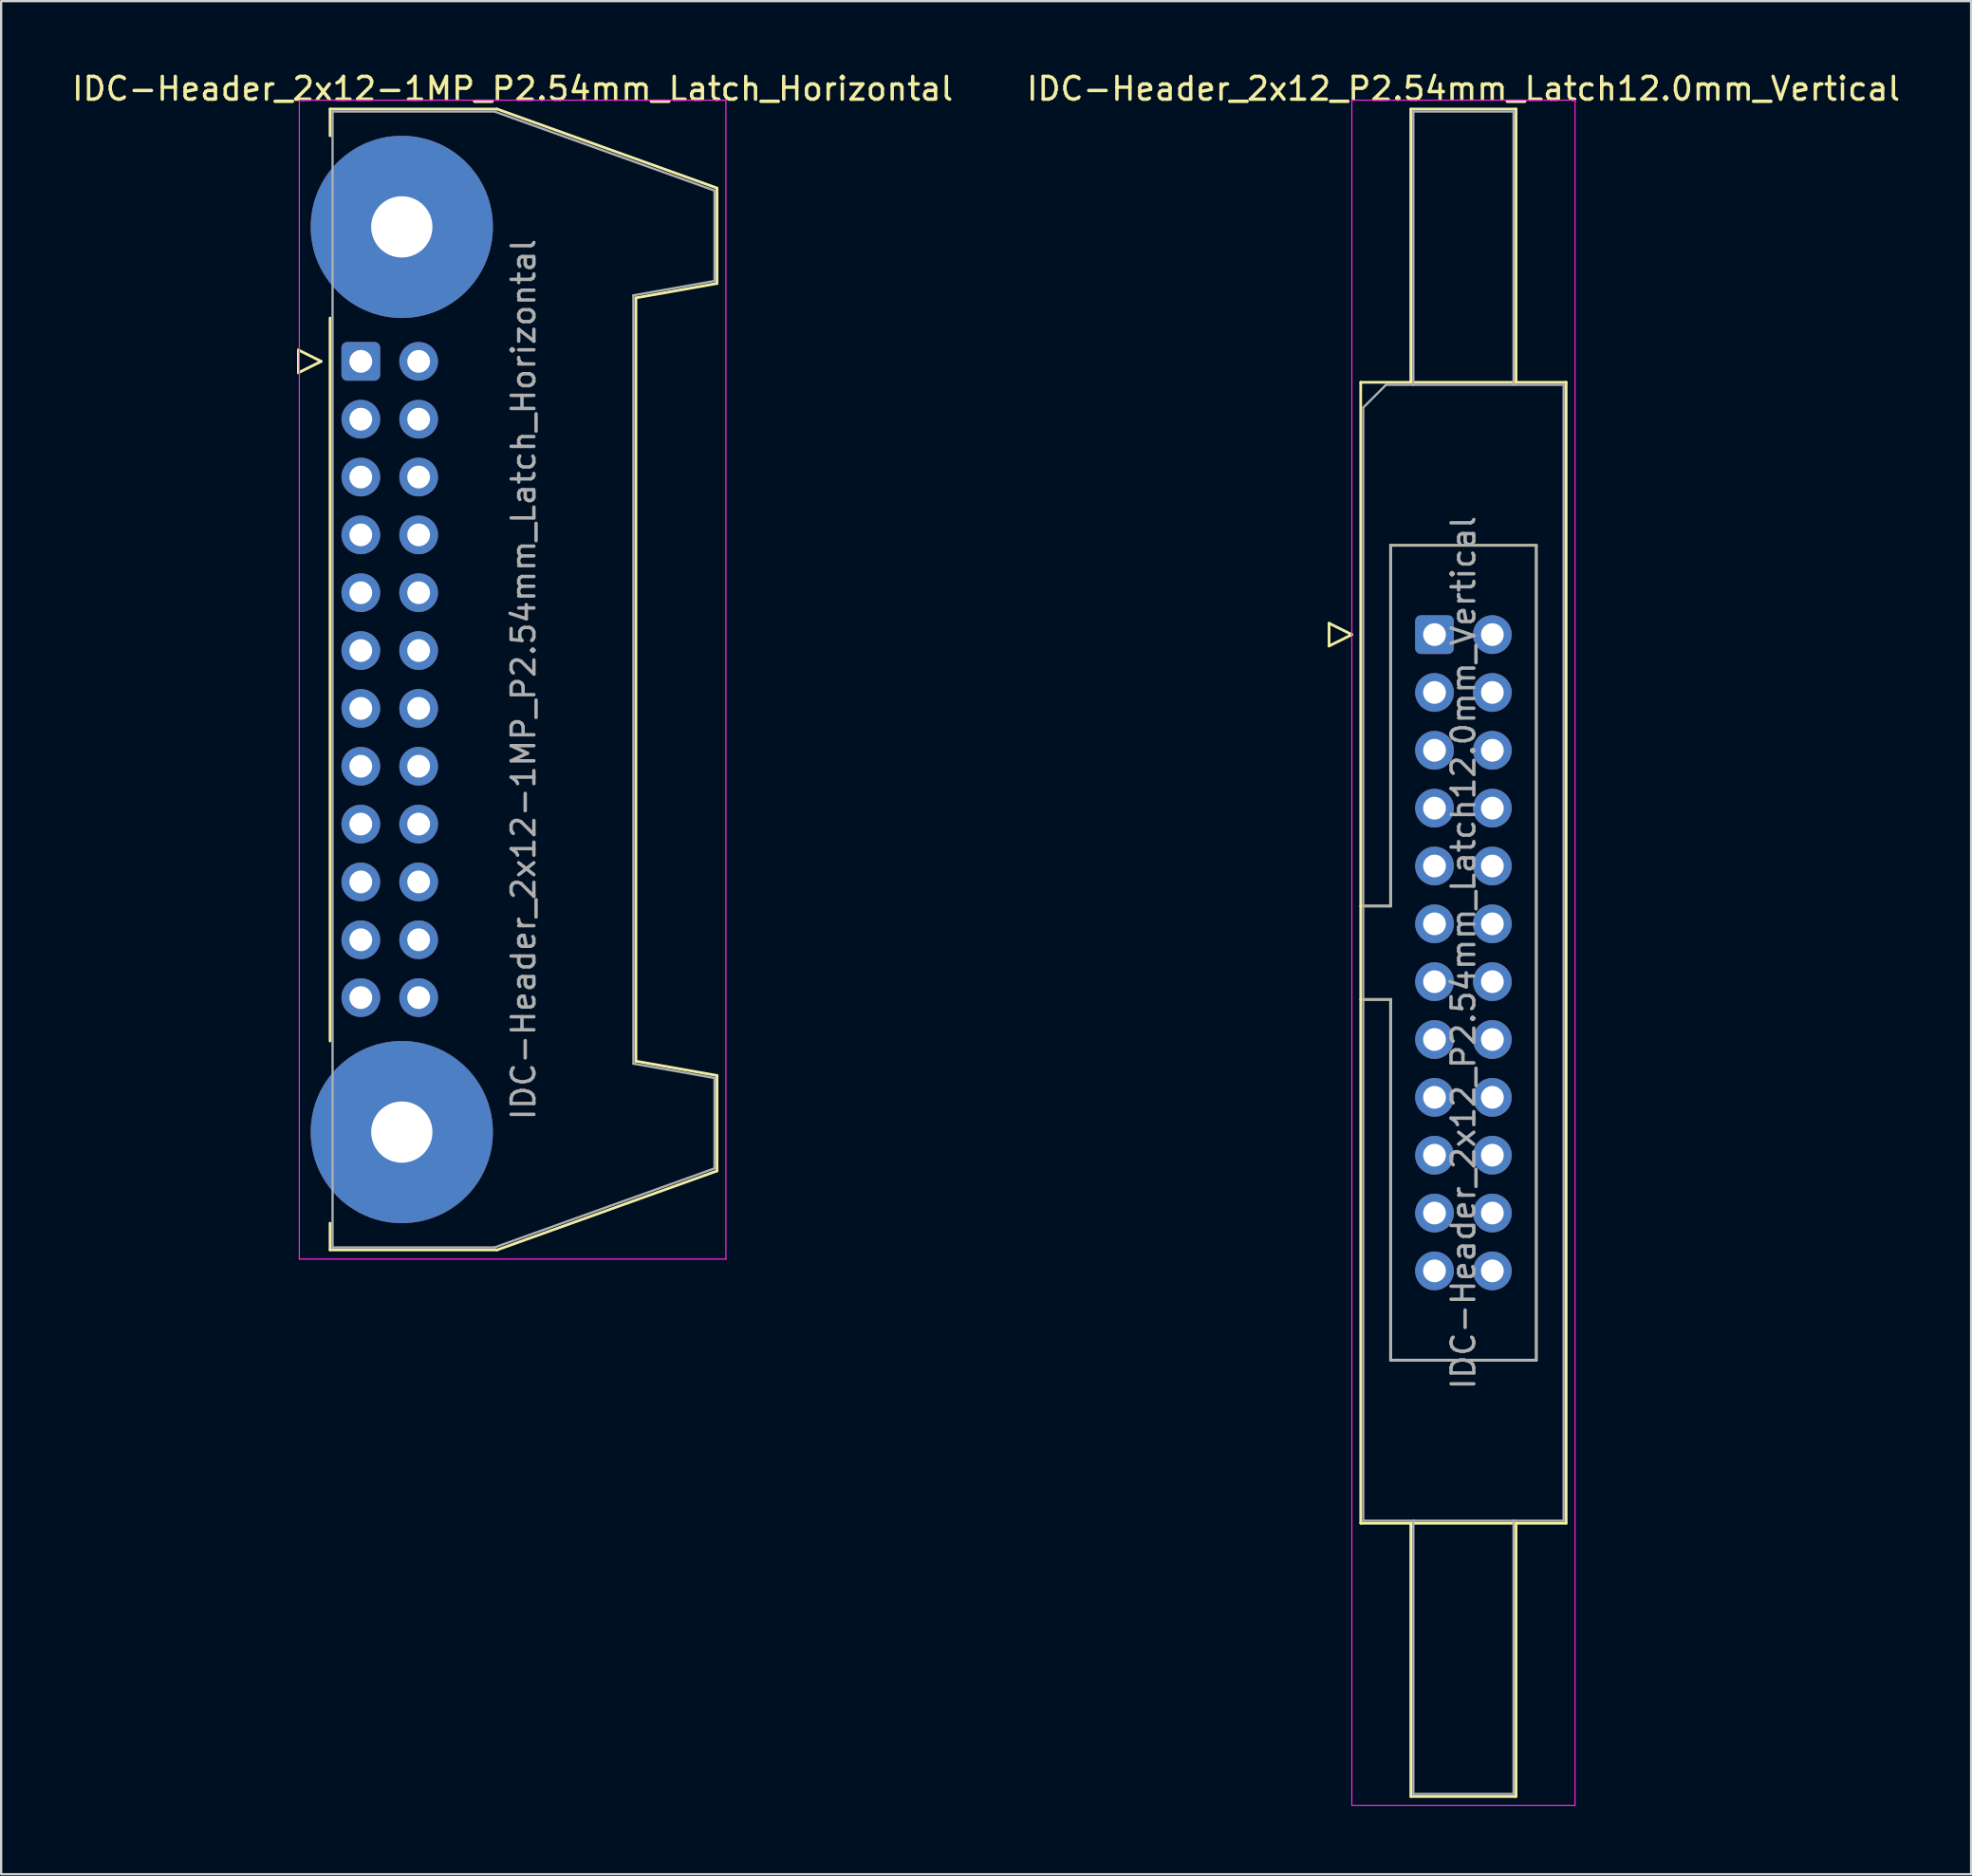
<source format=kicad_pcb>
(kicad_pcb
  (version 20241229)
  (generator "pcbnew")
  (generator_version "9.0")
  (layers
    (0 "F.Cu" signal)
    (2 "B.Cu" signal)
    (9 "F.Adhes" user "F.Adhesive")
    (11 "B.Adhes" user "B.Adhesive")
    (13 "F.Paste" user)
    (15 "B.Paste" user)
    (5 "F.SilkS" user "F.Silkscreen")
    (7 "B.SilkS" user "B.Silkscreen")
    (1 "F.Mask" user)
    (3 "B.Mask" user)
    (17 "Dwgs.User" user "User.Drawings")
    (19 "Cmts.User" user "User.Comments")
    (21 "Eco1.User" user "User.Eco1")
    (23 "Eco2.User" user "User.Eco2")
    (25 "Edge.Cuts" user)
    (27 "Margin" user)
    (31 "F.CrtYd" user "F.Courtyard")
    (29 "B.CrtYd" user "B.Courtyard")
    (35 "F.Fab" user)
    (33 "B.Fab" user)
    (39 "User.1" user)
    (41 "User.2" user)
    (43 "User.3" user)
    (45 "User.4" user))
  (footprint "IDC-Header_2x12-1MP_P2.54mm_Latch_Horizontal"
    (layer "F.Cu")
    (at 12.793 12.818)
    (property "Reference" "IDC-Header_2x12-1MP_P2.54mm_Latch_Horizontal" (at 6.665 -11.97 0) (layer "F.SilkS") (effects (font (size 1 1) (thickness 0.15))))
    (attr through_hole)
    (fp_line (start -2.74 -0.5) (end -2.74 0.5) (stroke (width 0.12) (type solid)) (layer "F.SilkS"))
    (fp_line (start -2.74 0.5) (end -1.74 0) (stroke (width 0.12) (type solid)) (layer "F.SilkS"))
    (fp_line (start -1.74 0) (end -2.74 -0.5) (stroke (width 0.12) (type solid)) (layer "F.SilkS"))
    (fp_line (start -1.35 -11.08) (end -1.35 -9.905) (stroke (width 0.12) (type solid)) (layer "F.SilkS"))
    (fp_line (start -1.35 -11.08) (end 5.98 -11.08) (stroke (width 0.12) (type solid)) (layer "F.SilkS"))
    (fp_line (start -1.35 -1.905) (end -1.35 29.845) (stroke (width 0.12) (type solid)) (layer "F.SilkS"))
    (fp_line (start -1.35 37.845) (end -1.35 39.02) (stroke (width 0.12) (type solid)) (layer "F.SilkS"))
    (fp_line (start 5.98 -11.08) (end 15.64 -7.61) (stroke (width 0.12) (type solid)) (layer "F.SilkS"))
    (fp_line (start 5.98 39.02) (end -1.35 39.02) (stroke (width 0.12) (type solid)) (layer "F.SilkS"))
    (fp_line (start 12.08 -2.79) (end 12.08 30.73) (stroke (width 0.12) (type solid)) (layer "F.SilkS"))
    (fp_line (start 12.08 30.73) (end 15.64 31.36) (stroke (width 0.12) (type solid)) (layer "F.SilkS"))
    (fp_line (start 15.64 -7.61) (end 15.64 -3.42) (stroke (width 0.12) (type solid)) (layer "F.SilkS"))
    (fp_line (start 15.64 -3.42) (end 12.08 -2.79) (stroke (width 0.12) (type solid)) (layer "F.SilkS"))
    (fp_line (start 15.64 31.36) (end 15.64 35.55) (stroke (width 0.12) (type solid)) (layer "F.SilkS"))
    (fp_line (start 15.64 35.55) (end 5.98 39.02) (stroke (width 0.12) (type solid)) (layer "F.SilkS"))
    (fp_line (start -2.7 -11.47) (end -2.7 39.42) (stroke (width 0.05) (type solid)) (layer "F.CrtYd"))
    (fp_line (start -2.7 39.42) (end 16.03 39.42) (stroke (width 0.05) (type solid)) (layer "F.CrtYd"))
    (fp_line (start 16.03 -11.47) (end -2.7 -11.47) (stroke (width 0.05) (type solid)) (layer "F.CrtYd"))
    (fp_line (start 16.03 39.42) (end 16.03 -11.47) (stroke (width 0.05) (type solid)) (layer "F.CrtYd"))
    (fp_line (start -1.24 -10.97) (end 5.87 -10.97) (stroke (width 0.1) (type solid)) (layer "F.Fab"))
    (fp_line (start -1.24 38.91) (end -1.24 -10.97) (stroke (width 0.1) (type solid)) (layer "F.Fab"))
    (fp_line (start 5.87 -10.97) (end 15.53 -7.5) (stroke (width 0.1) (type solid)) (layer "F.Fab"))
    (fp_line (start 5.87 38.91) (end -1.24 38.91) (stroke (width 0.1) (type solid)) (layer "F.Fab"))
    (fp_line (start 11.97 -2.9) (end 11.97 30.84) (stroke (width 0.1) (type solid)) (layer "F.Fab"))
    (fp_line (start 11.97 30.84) (end 15.53 31.47) (stroke (width 0.1) (type solid)) (layer "F.Fab"))
    (fp_line (start 15.53 -7.5) (end 15.53 -3.53) (stroke (width 0.1) (type solid)) (layer "F.Fab"))
    (fp_line (start 15.53 -3.53) (end 11.97 -2.9) (stroke (width 0.1) (type solid)) (layer "F.Fab"))
    (fp_line (start 15.53 31.47) (end 15.53 35.44) (stroke (width 0.1) (type solid)) (layer "F.Fab"))
    (fp_line (start 15.53 35.44) (end 5.87 38.91) (stroke (width 0.1) (type solid)) (layer "F.Fab"))
    (fp_text user "${REFERENCE}" (at 7.145 13.97 90) (layer "F.Fab") (effects (font (size 1 1) (thickness 0.15))))
    (pad "1" thru_hole roundrect (at 0 0) (size 1.7 1.7) (drill 1) (layers "*.Cu" "*.Mask") (roundrect_rratio 0.147))
    (pad "2" thru_hole circle (at 2.54 0) (size 1.7 1.7) (drill 1) (layers "*.Cu" "*.Mask"))
    (pad "3" thru_hole circle (at 0 2.54) (size 1.7 1.7) (drill 1) (layers "*.Cu" "*.Mask"))
    (pad "4" thru_hole circle (at 2.54 2.54) (size 1.7 1.7) (drill 1) (layers "*.Cu" "*.Mask"))
    (pad "5" thru_hole circle (at 0 5.08) (size 1.7 1.7) (drill 1) (layers "*.Cu" "*.Mask"))
    (pad "6" thru_hole circle (at 2.54 5.08) (size 1.7 1.7) (drill 1) (layers "*.Cu" "*.Mask"))
    (pad "7" thru_hole circle (at 0 7.62) (size 1.7 1.7) (drill 1) (layers "*.Cu" "*.Mask"))
    (pad "8" thru_hole circle (at 2.54 7.62) (size 1.7 1.7) (drill 1) (layers "*.Cu" "*.Mask"))
    (pad "9" thru_hole circle (at 0 10.16) (size 1.7 1.7) (drill 1) (layers "*.Cu" "*.Mask"))
    (pad "10" thru_hole circle (at 2.54 10.16) (size 1.7 1.7) (drill 1) (layers "*.Cu" "*.Mask"))
    (pad "11" thru_hole circle (at 0 12.7) (size 1.7 1.7) (drill 1) (layers "*.Cu" "*.Mask"))
    (pad "12" thru_hole circle (at 2.54 12.7) (size 1.7 1.7) (drill 1) (layers "*.Cu" "*.Mask"))
    (pad "13" thru_hole circle (at 0 15.24) (size 1.7 1.7) (drill 1) (layers "*.Cu" "*.Mask"))
    (pad "14" thru_hole circle (at 2.54 15.24) (size 1.7 1.7) (drill 1) (layers "*.Cu" "*.Mask"))
    (pad "15" thru_hole circle (at 0 17.78) (size 1.7 1.7) (drill 1) (layers "*.Cu" "*.Mask"))
    (pad "16" thru_hole circle (at 2.54 17.78) (size 1.7 1.7) (drill 1) (layers "*.Cu" "*.Mask"))
    (pad "17" thru_hole circle (at 0 20.32) (size 1.7 1.7) (drill 1) (layers "*.Cu" "*.Mask"))
    (pad "18" thru_hole circle (at 2.54 20.32) (size 1.7 1.7) (drill 1) (layers "*.Cu" "*.Mask"))
    (pad "19" thru_hole circle (at 0 22.86) (size 1.7 1.7) (drill 1) (layers "*.Cu" "*.Mask"))
    (pad "20" thru_hole circle (at 2.54 22.86) (size 1.7 1.7) (drill 1) (layers "*.Cu" "*.Mask"))
    (pad "21" thru_hole circle (at 0 25.4) (size 1.7 1.7) (drill 1) (layers "*.Cu" "*.Mask"))
    (pad "22" thru_hole circle (at 2.54 25.4) (size 1.7 1.7) (drill 1) (layers "*.Cu" "*.Mask"))
    (pad "23" thru_hole circle (at 0 27.94) (size 1.7 1.7) (drill 1) (layers "*.Cu" "*.Mask"))
    (pad "24" thru_hole circle (at 2.54 27.94) (size 1.7 1.7) (drill 1) (layers "*.Cu" "*.Mask"))
    (pad "MP" thru_hole circle (at 1.8 -5.905) (size 8 8) (drill 2.69) (layers "*.Cu" "*.Mask"))
    (pad "MP" thru_hole circle (at 1.8 33.845) (size 8 8) (drill 2.69) (layers "*.Cu" "*.Mask")))
  (footprint "IDC-Header_2x12_P2.54mm_Latch12.0mm_Vertical"
    (layer "F.Cu")
    (at 59.938 24.818)
    (property "Reference" "IDC-Header_2x12_P2.54mm_Latch12.0mm_Vertical" (at 1.27 -23.97 0) (layer "F.SilkS") (effects (font (size 1 1) (thickness 0.15))))
    (attr through_hole)
    (fp_line (start -4.63 -0.5) (end -4.63 0.5) (stroke (width 0.12) (type solid)) (layer "F.SilkS"))
    (fp_line (start -4.63 0.5) (end -3.63 0) (stroke (width 0.12) (type solid)) (layer "F.SilkS"))
    (fp_line (start -3.63 0) (end -4.63 -0.5) (stroke (width 0.12) (type solid)) (layer "F.SilkS"))
    (fp_line (start -3.24 -11.08) (end 5.78 -11.08) (stroke (width 0.12) (type solid)) (layer "F.SilkS"))
    (fp_line (start -3.24 11.92) (end -1.93 11.92) (stroke (width 0.12) (type solid)) (layer "F.SilkS"))
    (fp_line (start -3.24 39.02) (end -3.24 -11.08) (stroke (width 0.12) (type solid)) (layer "F.SilkS"))
    (fp_line (start -1.93 -3.92) (end 4.47 -3.92) (stroke (width 0.12) (type solid)) (layer "F.SilkS"))
    (fp_line (start -1.93 11.92) (end -1.93 -3.92) (stroke (width 0.12) (type solid)) (layer "F.SilkS"))
    (fp_line (start -1.93 16.02) (end -3.24 16.02) (stroke (width 0.12) (type solid)) (layer "F.SilkS"))
    (fp_line (start -1.93 16.02) (end -1.93 16.02) (stroke (width 0.12) (type solid)) (layer "F.SilkS"))
    (fp_line (start -1.93 31.86) (end -1.93 16.02) (stroke (width 0.12) (type solid)) (layer "F.SilkS"))
    (fp_line (start -1.04 -23.08) (end 3.58 -23.08) (stroke (width 0.12) (type solid)) (layer "F.SilkS"))
    (fp_line (start -1.04 -11.08) (end -1.04 -23.08) (stroke (width 0.12) (type solid)) (layer "F.SilkS"))
    (fp_line (start -1.04 39.02) (end -1.04 51.02) (stroke (width 0.12) (type solid)) (layer "F.SilkS"))
    (fp_line (start -1.04 51.02) (end 3.58 51.02) (stroke (width 0.12) (type solid)) (layer "F.SilkS"))
    (fp_line (start 3.58 -23.08) (end 3.58 -11.08) (stroke (width 0.12) (type solid)) (layer "F.SilkS"))
    (fp_line (start 3.58 51.02) (end 3.58 39.02) (stroke (width 0.12) (type solid)) (layer "F.SilkS"))
    (fp_line (start 4.47 -3.92) (end 4.47 31.86) (stroke (width 0.12) (type solid)) (layer "F.SilkS"))
    (fp_line (start 4.47 31.86) (end -1.93 31.86) (stroke (width 0.12) (type solid)) (layer "F.SilkS"))
    (fp_line (start 5.78 -11.08) (end 5.78 39.02) (stroke (width 0.12) (type solid)) (layer "F.SilkS"))
    (fp_line (start 5.78 39.02) (end -3.24 39.02) (stroke (width 0.12) (type solid)) (layer "F.SilkS"))
    (fp_line (start -3.63 -23.47) (end -3.63 51.41) (stroke (width 0.05) (type solid)) (layer "F.CrtYd"))
    (fp_line (start -3.63 51.41) (end 6.17 51.41) (stroke (width 0.05) (type solid)) (layer "F.CrtYd"))
    (fp_line (start 6.17 -23.47) (end -3.63 -23.47) (stroke (width 0.05) (type solid)) (layer "F.CrtYd"))
    (fp_line (start 6.17 51.41) (end 6.17 -23.47) (stroke (width 0.05) (type solid)) (layer "F.CrtYd"))
    (fp_line (start -3.13 -9.97) (end -2.13 -10.97) (stroke (width 0.1) (type solid)) (layer "F.Fab"))
    (fp_line (start -3.13 11.92) (end -1.93 11.92) (stroke (width 0.1) (type solid)) (layer "F.Fab"))
    (fp_line (start -3.13 38.91) (end -3.13 -9.97) (stroke (width 0.1) (type solid)) (layer "F.Fab"))
    (fp_line (start -2.13 -10.97) (end 5.67 -10.97) (stroke (width 0.1) (type solid)) (layer "F.Fab"))
    (fp_line (start -1.93 -3.92) (end 4.47 -3.92) (stroke (width 0.1) (type solid)) (layer "F.Fab"))
    (fp_line (start -1.93 11.92) (end -1.93 -3.92) (stroke (width 0.1) (type solid)) (layer "F.Fab"))
    (fp_line (start -1.93 16.02) (end -3.13 16.02) (stroke (width 0.1) (type solid)) (layer "F.Fab"))
    (fp_line (start -1.93 16.02) (end -1.93 16.02) (stroke (width 0.1) (type solid)) (layer "F.Fab"))
    (fp_line (start -1.93 31.86) (end -1.93 16.02) (stroke (width 0.1) (type solid)) (layer "F.Fab"))
    (fp_line (start -0.93 -22.97) (end 3.47 -22.97) (stroke (width 0.1) (type solid)) (layer "F.Fab"))
    (fp_line (start -0.93 -10.97) (end -0.93 -22.97) (stroke (width 0.1) (type solid)) (layer "F.Fab"))
    (fp_line (start -0.93 38.91) (end -0.93 50.91) (stroke (width 0.1) (type solid)) (layer "F.Fab"))
    (fp_line (start -0.93 50.91) (end 3.47 50.91) (stroke (width 0.1) (type solid)) (layer "F.Fab"))
    (fp_line (start 3.47 -22.97) (end 3.47 -10.97) (stroke (width 0.1) (type solid)) (layer "F.Fab"))
    (fp_line (start 3.47 50.91) (end 3.47 38.91) (stroke (width 0.1) (type solid)) (layer "F.Fab"))
    (fp_line (start 4.47 -3.92) (end 4.47 31.86) (stroke (width 0.1) (type solid)) (layer "F.Fab"))
    (fp_line (start 4.47 31.86) (end -1.93 31.86) (stroke (width 0.1) (type solid)) (layer "F.Fab"))
    (fp_line (start 5.67 -10.97) (end 5.67 38.91) (stroke (width 0.1) (type solid)) (layer "F.Fab"))
    (fp_line (start 5.67 38.91) (end -3.13 38.91) (stroke (width 0.1) (type solid)) (layer "F.Fab"))
    (fp_text user "${REFERENCE}" (at 1.27 13.97 90) (layer "F.Fab") (effects (font (size 1 1) (thickness 0.15))))
    (pad "1" thru_hole roundrect (at 0 0) (size 1.7 1.7) (drill 1) (layers "*.Cu" "*.Mask") (roundrect_rratio 0.147))
    (pad "2" thru_hole circle (at 2.54 0) (size 1.7 1.7) (drill 1) (layers "*.Cu" "*.Mask"))
    (pad "3" thru_hole circle (at 0 2.54) (size 1.7 1.7) (drill 1) (layers "*.Cu" "*.Mask"))
    (pad "4" thru_hole circle (at 2.54 2.54) (size 1.7 1.7) (drill 1) (layers "*.Cu" "*.Mask"))
    (pad "5" thru_hole circle (at 0 5.08) (size 1.7 1.7) (drill 1) (layers "*.Cu" "*.Mask"))
    (pad "6" thru_hole circle (at 2.54 5.08) (size 1.7 1.7) (drill 1) (layers "*.Cu" "*.Mask"))
    (pad "7" thru_hole circle (at 0 7.62) (size 1.7 1.7) (drill 1) (layers "*.Cu" "*.Mask"))
    (pad "8" thru_hole circle (at 2.54 7.62) (size 1.7 1.7) (drill 1) (layers "*.Cu" "*.Mask"))
    (pad "9" thru_hole circle (at 0 10.16) (size 1.7 1.7) (drill 1) (layers "*.Cu" "*.Mask"))
    (pad "10" thru_hole circle (at 2.54 10.16) (size 1.7 1.7) (drill 1) (layers "*.Cu" "*.Mask"))
    (pad "11" thru_hole circle (at 0 12.7) (size 1.7 1.7) (drill 1) (layers "*.Cu" "*.Mask"))
    (pad "12" thru_hole circle (at 2.54 12.7) (size 1.7 1.7) (drill 1) (layers "*.Cu" "*.Mask"))
    (pad "13" thru_hole circle (at 0 15.24) (size 1.7 1.7) (drill 1) (layers "*.Cu" "*.Mask"))
    (pad "14" thru_hole circle (at 2.54 15.24) (size 1.7 1.7) (drill 1) (layers "*.Cu" "*.Mask"))
    (pad "15" thru_hole circle (at 0 17.78) (size 1.7 1.7) (drill 1) (layers "*.Cu" "*.Mask"))
    (pad "16" thru_hole circle (at 2.54 17.78) (size 1.7 1.7) (drill 1) (layers "*.Cu" "*.Mask"))
    (pad "17" thru_hole circle (at 0 20.32) (size 1.7 1.7) (drill 1) (layers "*.Cu" "*.Mask"))
    (pad "18" thru_hole circle (at 2.54 20.32) (size 1.7 1.7) (drill 1) (layers "*.Cu" "*.Mask"))
    (pad "19" thru_hole circle (at 0 22.86) (size 1.7 1.7) (drill 1) (layers "*.Cu" "*.Mask"))
    (pad "20" thru_hole circle (at 2.54 22.86) (size 1.7 1.7) (drill 1) (layers "*.Cu" "*.Mask"))
    (pad "21" thru_hole circle (at 0 25.4) (size 1.7 1.7) (drill 1) (layers "*.Cu" "*.Mask"))
    (pad "22" thru_hole circle (at 2.54 25.4) (size 1.7 1.7) (drill 1) (layers "*.Cu" "*.Mask"))
    (pad "23" thru_hole circle (at 0 27.94) (size 1.7 1.7) (drill 1) (layers "*.Cu" "*.Mask"))
    (pad "24" thru_hole circle (at 2.54 27.94) (size 1.7 1.7) (drill 1) (layers "*.Cu" "*.Mask")))
  (gr_rect
    (start -3 -3)
    (end 83.5 79.253)
    (stroke (width 0.1) (type default))
    (fill no)
    (layer "Edge.Cuts")))
</source>
